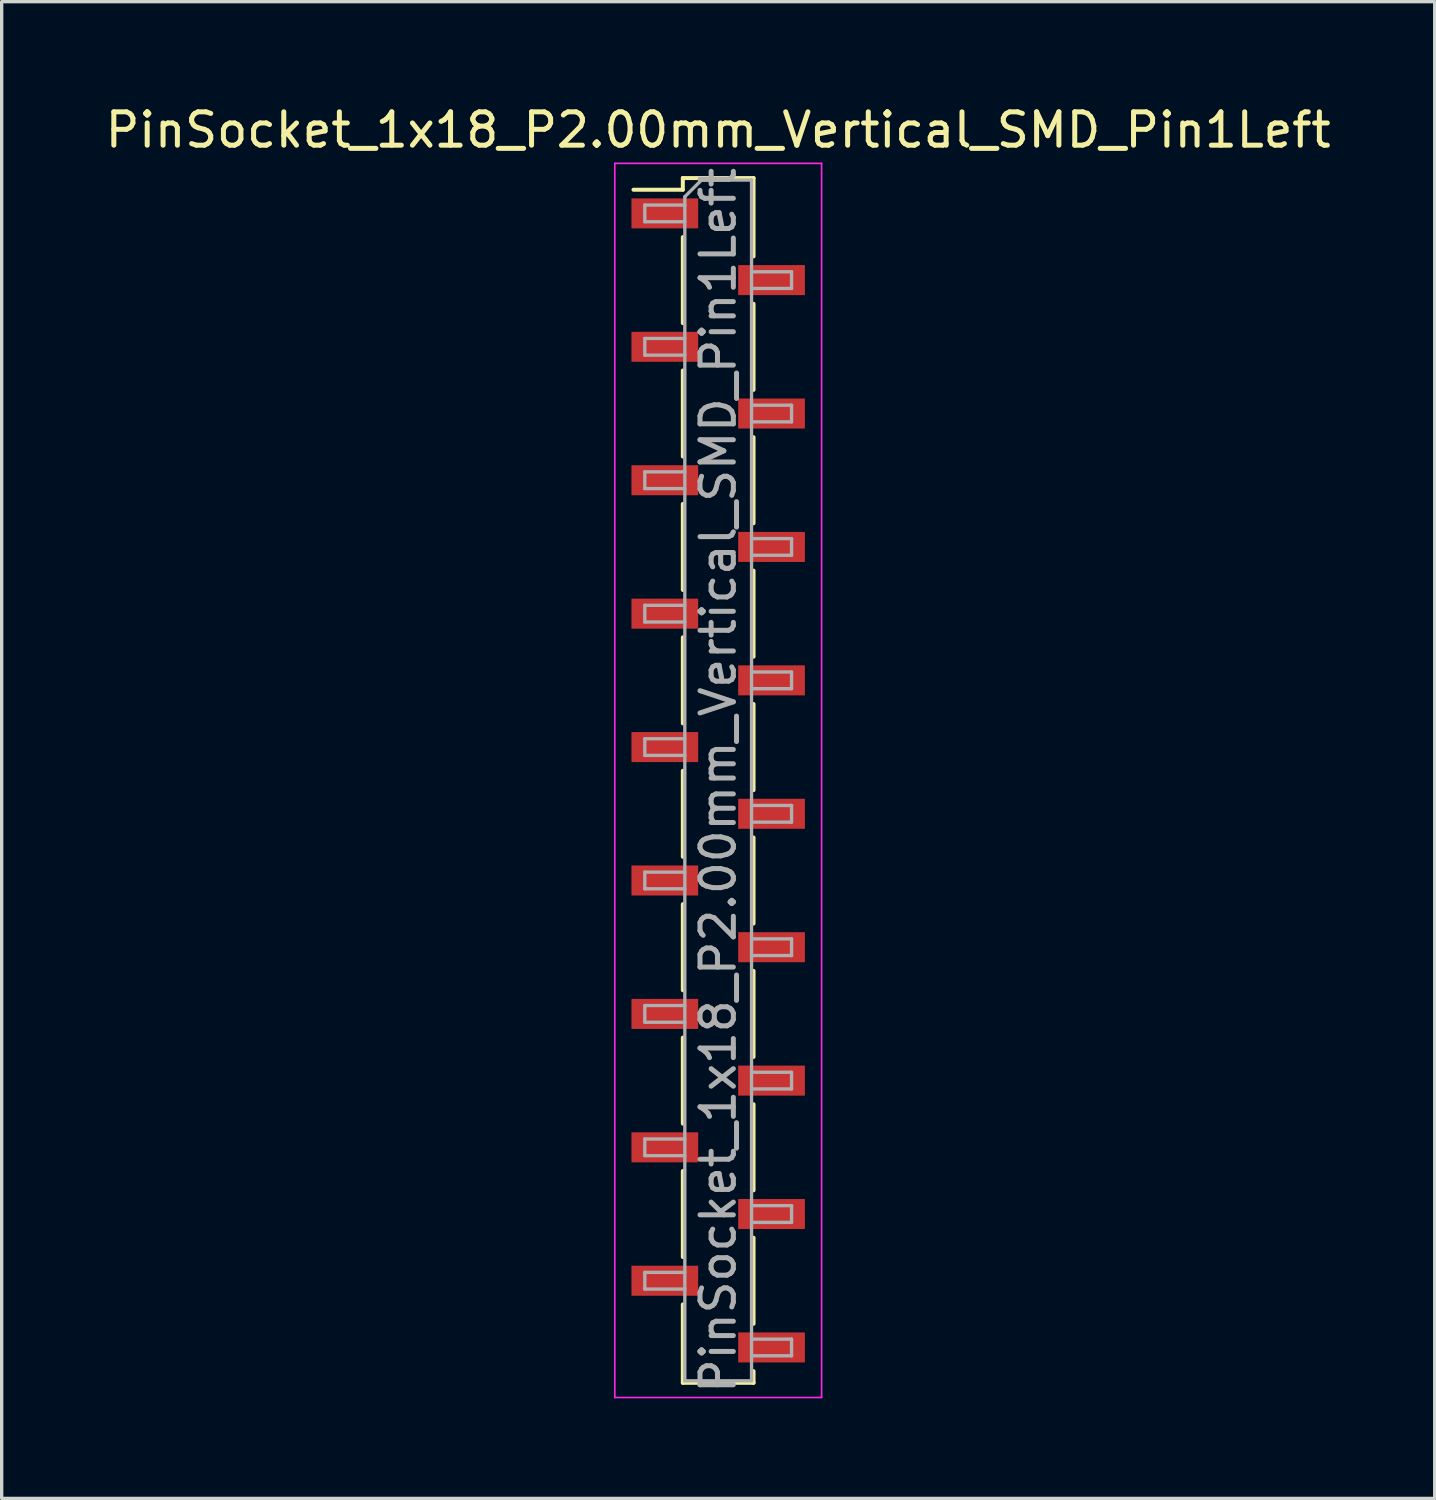
<source format=kicad_pcb>
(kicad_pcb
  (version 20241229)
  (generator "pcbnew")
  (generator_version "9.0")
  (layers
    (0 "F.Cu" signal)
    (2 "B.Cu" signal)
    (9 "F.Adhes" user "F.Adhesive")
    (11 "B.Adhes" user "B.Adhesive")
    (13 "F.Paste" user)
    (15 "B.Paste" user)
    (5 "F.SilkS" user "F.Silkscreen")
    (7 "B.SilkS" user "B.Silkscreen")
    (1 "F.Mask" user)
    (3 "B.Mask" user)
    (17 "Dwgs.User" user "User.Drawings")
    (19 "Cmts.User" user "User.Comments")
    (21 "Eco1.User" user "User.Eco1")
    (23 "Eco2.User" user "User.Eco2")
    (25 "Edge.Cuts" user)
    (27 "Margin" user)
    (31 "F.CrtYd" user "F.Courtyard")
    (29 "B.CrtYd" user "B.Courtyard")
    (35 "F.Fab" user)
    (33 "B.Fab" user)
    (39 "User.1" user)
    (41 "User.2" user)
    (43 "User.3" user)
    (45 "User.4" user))
  (footprint "PinSocket_1x18_P2.00mm_Vertical_SMD_Pin1Left"
    (layer "F.Cu")
    (at 18.482 20.348)
    (property "Reference" "PinSocket_1x18_P2.00mm_Vertical_SMD_Pin1Left" (at 0 -19.5 0) (layer "F.SilkS") (effects (font (size 1 1) (thickness 0.15))))
    (attr smd)
    (fp_line (start -2.54 -17.71) (end -1.06 -17.71) (stroke (width 0.12) (type solid)) (layer "F.SilkS"))
    (fp_line (start -1.06 -18.06) (end -1.06 -17.71) (stroke (width 0.12) (type solid)) (layer "F.SilkS"))
    (fp_line (start -1.06 -18.06) (end 1.06 -18.06) (stroke (width 0.12) (type solid)) (layer "F.SilkS"))
    (fp_line (start -1.06 -16.29) (end -1.06 -13.71) (stroke (width 0.12) (type solid)) (layer "F.SilkS"))
    (fp_line (start -1.06 -12.29) (end -1.06 -9.71) (stroke (width 0.12) (type solid)) (layer "F.SilkS"))
    (fp_line (start -1.06 -8.29) (end -1.06 -5.71) (stroke (width 0.12) (type solid)) (layer "F.SilkS"))
    (fp_line (start -1.06 -4.29) (end -1.06 -1.71) (stroke (width 0.12) (type solid)) (layer "F.SilkS"))
    (fp_line (start -1.06 -0.29) (end -1.06 2.29) (stroke (width 0.12) (type solid)) (layer "F.SilkS"))
    (fp_line (start -1.06 3.71) (end -1.06 6.29) (stroke (width 0.12) (type solid)) (layer "F.SilkS"))
    (fp_line (start -1.06 7.71) (end -1.06 10.29) (stroke (width 0.12) (type solid)) (layer "F.SilkS"))
    (fp_line (start -1.06 11.71) (end -1.06 14.29) (stroke (width 0.12) (type solid)) (layer "F.SilkS"))
    (fp_line (start -1.06 15.71) (end -1.06 18.06) (stroke (width 0.12) (type solid)) (layer "F.SilkS"))
    (fp_line (start -1.06 18.06) (end 1.06 18.06) (stroke (width 0.12) (type solid)) (layer "F.SilkS"))
    (fp_line (start 1.06 -18.06) (end 1.06 -15.71) (stroke (width 0.12) (type solid)) (layer "F.SilkS"))
    (fp_line (start 1.06 -14.29) (end 1.06 -11.71) (stroke (width 0.12) (type solid)) (layer "F.SilkS"))
    (fp_line (start 1.06 -10.29) (end 1.06 -7.71) (stroke (width 0.12) (type solid)) (layer "F.SilkS"))
    (fp_line (start 1.06 -6.29) (end 1.06 -3.71) (stroke (width 0.12) (type solid)) (layer "F.SilkS"))
    (fp_line (start 1.06 -2.29) (end 1.06 0.29) (stroke (width 0.12) (type solid)) (layer "F.SilkS"))
    (fp_line (start 1.06 1.71) (end 1.06 4.29) (stroke (width 0.12) (type solid)) (layer "F.SilkS"))
    (fp_line (start 1.06 5.71) (end 1.06 8.29) (stroke (width 0.12) (type solid)) (layer "F.SilkS"))
    (fp_line (start 1.06 9.71) (end 1.06 12.29) (stroke (width 0.12) (type solid)) (layer "F.SilkS"))
    (fp_line (start 1.06 13.71) (end 1.06 16.29) (stroke (width 0.12) (type solid)) (layer "F.SilkS"))
    (fp_line (start 1.06 17.71) (end 1.06 18.06) (stroke (width 0.12) (type solid)) (layer "F.SilkS"))
    (fp_line (start -3.1 -18.5) (end 3.1 -18.5) (stroke (width 0.05) (type solid)) (layer "F.CrtYd"))
    (fp_line (start -3.1 18.5) (end -3.1 -18.5) (stroke (width 0.05) (type solid)) (layer "F.CrtYd"))
    (fp_line (start 3.1 -18.5) (end 3.1 18.5) (stroke (width 0.05) (type solid)) (layer "F.CrtYd"))
    (fp_line (start 3.1 18.5) (end -3.1 18.5) (stroke (width 0.05) (type solid)) (layer "F.CrtYd"))
    (fp_line (start -2.2 -17.25) (end -1 -17.25) (stroke (width 0.1) (type solid)) (layer "F.Fab"))
    (fp_line (start -2.2 -16.75) (end -2.2 -17.25) (stroke (width 0.1) (type solid)) (layer "F.Fab"))
    (fp_line (start -2.2 -13.25) (end -1 -13.25) (stroke (width 0.1) (type solid)) (layer "F.Fab"))
    (fp_line (start -2.2 -12.75) (end -2.2 -13.25) (stroke (width 0.1) (type solid)) (layer "F.Fab"))
    (fp_line (start -2.2 -9.25) (end -1 -9.25) (stroke (width 0.1) (type solid)) (layer "F.Fab"))
    (fp_line (start -2.2 -8.75) (end -2.2 -9.25) (stroke (width 0.1) (type solid)) (layer "F.Fab"))
    (fp_line (start -2.2 -5.25) (end -1 -5.25) (stroke (width 0.1) (type solid)) (layer "F.Fab"))
    (fp_line (start -2.2 -4.75) (end -2.2 -5.25) (stroke (width 0.1) (type solid)) (layer "F.Fab"))
    (fp_line (start -2.2 -1.25) (end -1 -1.25) (stroke (width 0.1) (type solid)) (layer "F.Fab"))
    (fp_line (start -2.2 -0.75) (end -2.2 -1.25) (stroke (width 0.1) (type solid)) (layer "F.Fab"))
    (fp_line (start -2.2 2.75) (end -1 2.75) (stroke (width 0.1) (type solid)) (layer "F.Fab"))
    (fp_line (start -2.2 3.25) (end -2.2 2.75) (stroke (width 0.1) (type solid)) (layer "F.Fab"))
    (fp_line (start -2.2 6.75) (end -1 6.75) (stroke (width 0.1) (type solid)) (layer "F.Fab"))
    (fp_line (start -2.2 7.25) (end -2.2 6.75) (stroke (width 0.1) (type solid)) (layer "F.Fab"))
    (fp_line (start -2.2 10.75) (end -1 10.75) (stroke (width 0.1) (type solid)) (layer "F.Fab"))
    (fp_line (start -2.2 11.25) (end -2.2 10.75) (stroke (width 0.1) (type solid)) (layer "F.Fab"))
    (fp_line (start -2.2 14.75) (end -1 14.75) (stroke (width 0.1) (type solid)) (layer "F.Fab"))
    (fp_line (start -2.2 15.25) (end -2.2 14.75) (stroke (width 0.1) (type solid)) (layer "F.Fab"))
    (fp_line (start -1 -17.5) (end -0.5 -18) (stroke (width 0.1) (type solid)) (layer "F.Fab"))
    (fp_line (start -1 -16.75) (end -2.2 -16.75) (stroke (width 0.1) (type solid)) (layer "F.Fab"))
    (fp_line (start -1 -12.75) (end -2.2 -12.75) (stroke (width 0.1) (type solid)) (layer "F.Fab"))
    (fp_line (start -1 -8.75) (end -2.2 -8.75) (stroke (width 0.1) (type solid)) (layer "F.Fab"))
    (fp_line (start -1 -4.75) (end -2.2 -4.75) (stroke (width 0.1) (type solid)) (layer "F.Fab"))
    (fp_line (start -1 -0.75) (end -2.2 -0.75) (stroke (width 0.1) (type solid)) (layer "F.Fab"))
    (fp_line (start -1 3.25) (end -2.2 3.25) (stroke (width 0.1) (type solid)) (layer "F.Fab"))
    (fp_line (start -1 7.25) (end -2.2 7.25) (stroke (width 0.1) (type solid)) (layer "F.Fab"))
    (fp_line (start -1 11.25) (end -2.2 11.25) (stroke (width 0.1) (type solid)) (layer "F.Fab"))
    (fp_line (start -1 15.25) (end -2.2 15.25) (stroke (width 0.1) (type solid)) (layer "F.Fab"))
    (fp_line (start -1 18) (end -1 -17.5) (stroke (width 0.1) (type solid)) (layer "F.Fab"))
    (fp_line (start -0.5 -18) (end 1 -18) (stroke (width 0.1) (type solid)) (layer "F.Fab"))
    (fp_line (start 1 -18) (end 1 18) (stroke (width 0.1) (type solid)) (layer "F.Fab"))
    (fp_line (start 1 -15.25) (end 2.2 -15.25) (stroke (width 0.1) (type solid)) (layer "F.Fab"))
    (fp_line (start 1 -11.25) (end 2.2 -11.25) (stroke (width 0.1) (type solid)) (layer "F.Fab"))
    (fp_line (start 1 -7.25) (end 2.2 -7.25) (stroke (width 0.1) (type solid)) (layer "F.Fab"))
    (fp_line (start 1 -3.25) (end 2.2 -3.25) (stroke (width 0.1) (type solid)) (layer "F.Fab"))
    (fp_line (start 1 0.75) (end 2.2 0.75) (stroke (width 0.1) (type solid)) (layer "F.Fab"))
    (fp_line (start 1 4.75) (end 2.2 4.75) (stroke (width 0.1) (type solid)) (layer "F.Fab"))
    (fp_line (start 1 8.75) (end 2.2 8.75) (stroke (width 0.1) (type solid)) (layer "F.Fab"))
    (fp_line (start 1 12.75) (end 2.2 12.75) (stroke (width 0.1) (type solid)) (layer "F.Fab"))
    (fp_line (start 1 16.75) (end 2.2 16.75) (stroke (width 0.1) (type solid)) (layer "F.Fab"))
    (fp_line (start 1 18) (end -1 18) (stroke (width 0.1) (type solid)) (layer "F.Fab"))
    (fp_line (start 2.2 -15.25) (end 2.2 -14.75) (stroke (width 0.1) (type solid)) (layer "F.Fab"))
    (fp_line (start 2.2 -14.75) (end 1 -14.75) (stroke (width 0.1) (type solid)) (layer "F.Fab"))
    (fp_line (start 2.2 -11.25) (end 2.2 -10.75) (stroke (width 0.1) (type solid)) (layer "F.Fab"))
    (fp_line (start 2.2 -10.75) (end 1 -10.75) (stroke (width 0.1) (type solid)) (layer "F.Fab"))
    (fp_line (start 2.2 -7.25) (end 2.2 -6.75) (stroke (width 0.1) (type solid)) (layer "F.Fab"))
    (fp_line (start 2.2 -6.75) (end 1 -6.75) (stroke (width 0.1) (type solid)) (layer "F.Fab"))
    (fp_line (start 2.2 -3.25) (end 2.2 -2.75) (stroke (width 0.1) (type solid)) (layer "F.Fab"))
    (fp_line (start 2.2 -2.75) (end 1 -2.75) (stroke (width 0.1) (type solid)) (layer "F.Fab"))
    (fp_line (start 2.2 0.75) (end 2.2 1.25) (stroke (width 0.1) (type solid)) (layer "F.Fab"))
    (fp_line (start 2.2 1.25) (end 1 1.25) (stroke (width 0.1) (type solid)) (layer "F.Fab"))
    (fp_line (start 2.2 4.75) (end 2.2 5.25) (stroke (width 0.1) (type solid)) (layer "F.Fab"))
    (fp_line (start 2.2 5.25) (end 1 5.25) (stroke (width 0.1) (type solid)) (layer "F.Fab"))
    (fp_line (start 2.2 8.75) (end 2.2 9.25) (stroke (width 0.1) (type solid)) (layer "F.Fab"))
    (fp_line (start 2.2 9.25) (end 1 9.25) (stroke (width 0.1) (type solid)) (layer "F.Fab"))
    (fp_line (start 2.2 12.75) (end 2.2 13.25) (stroke (width 0.1) (type solid)) (layer "F.Fab"))
    (fp_line (start 2.2 13.25) (end 1 13.25) (stroke (width 0.1) (type solid)) (layer "F.Fab"))
    (fp_line (start 2.2 16.75) (end 2.2 17.25) (stroke (width 0.1) (type solid)) (layer "F.Fab"))
    (fp_line (start 2.2 17.25) (end 1 17.25) (stroke (width 0.1) (type solid)) (layer "F.Fab"))
    (fp_text user "${REFERENCE}" (at 0 0 90) (layer "F.Fab") (effects (font (size 1 1) (thickness 0.15))))
    (pad "1" smd rect (at -1.6 -17) (size 2 0.9) (layers "F.Cu" "F.Mask" "F.Paste"))
    (pad "2" smd rect (at 1.6 -15) (size 2 0.9) (layers "F.Cu" "F.Mask" "F.Paste"))
    (pad "3" smd rect (at -1.6 -13) (size 2 0.9) (layers "F.Cu" "F.Mask" "F.Paste"))
    (pad "4" smd rect (at 1.6 -11) (size 2 0.9) (layers "F.Cu" "F.Mask" "F.Paste"))
    (pad "5" smd rect (at -1.6 -9) (size 2 0.9) (layers "F.Cu" "F.Mask" "F.Paste"))
    (pad "6" smd rect (at 1.6 -7) (size 2 0.9) (layers "F.Cu" "F.Mask" "F.Paste"))
    (pad "7" smd rect (at -1.6 -5) (size 2 0.9) (layers "F.Cu" "F.Mask" "F.Paste"))
    (pad "8" smd rect (at 1.6 -3) (size 2 0.9) (layers "F.Cu" "F.Mask" "F.Paste"))
    (pad "9" smd rect (at -1.6 -1) (size 2 0.9) (layers "F.Cu" "F.Mask" "F.Paste"))
    (pad "10" smd rect (at 1.6 1) (size 2 0.9) (layers "F.Cu" "F.Mask" "F.Paste"))
    (pad "11" smd rect (at -1.6 3) (size 2 0.9) (layers "F.Cu" "F.Mask" "F.Paste"))
    (pad "12" smd rect (at 1.6 5) (size 2 0.9) (layers "F.Cu" "F.Mask" "F.Paste"))
    (pad "13" smd rect (at -1.6 7) (size 2 0.9) (layers "F.Cu" "F.Mask" "F.Paste"))
    (pad "14" smd rect (at 1.6 9) (size 2 0.9) (layers "F.Cu" "F.Mask" "F.Paste"))
    (pad "15" smd rect (at -1.6 11) (size 2 0.9) (layers "F.Cu" "F.Mask" "F.Paste"))
    (pad "16" smd rect (at 1.6 13) (size 2 0.9) (layers "F.Cu" "F.Mask" "F.Paste"))
    (pad "17" smd rect (at -1.6 15) (size 2 0.9) (layers "F.Cu" "F.Mask" "F.Paste"))
    (pad "18" smd rect (at 1.6 17) (size 2 0.9) (layers "F.Cu" "F.Mask" "F.Paste")))
  (gr_rect
    (start -3 -3)
    (end 39.964 41.873)
    (stroke (width 0.1) (type default))
    (fill no)
    (layer "Edge.Cuts")))
</source>
